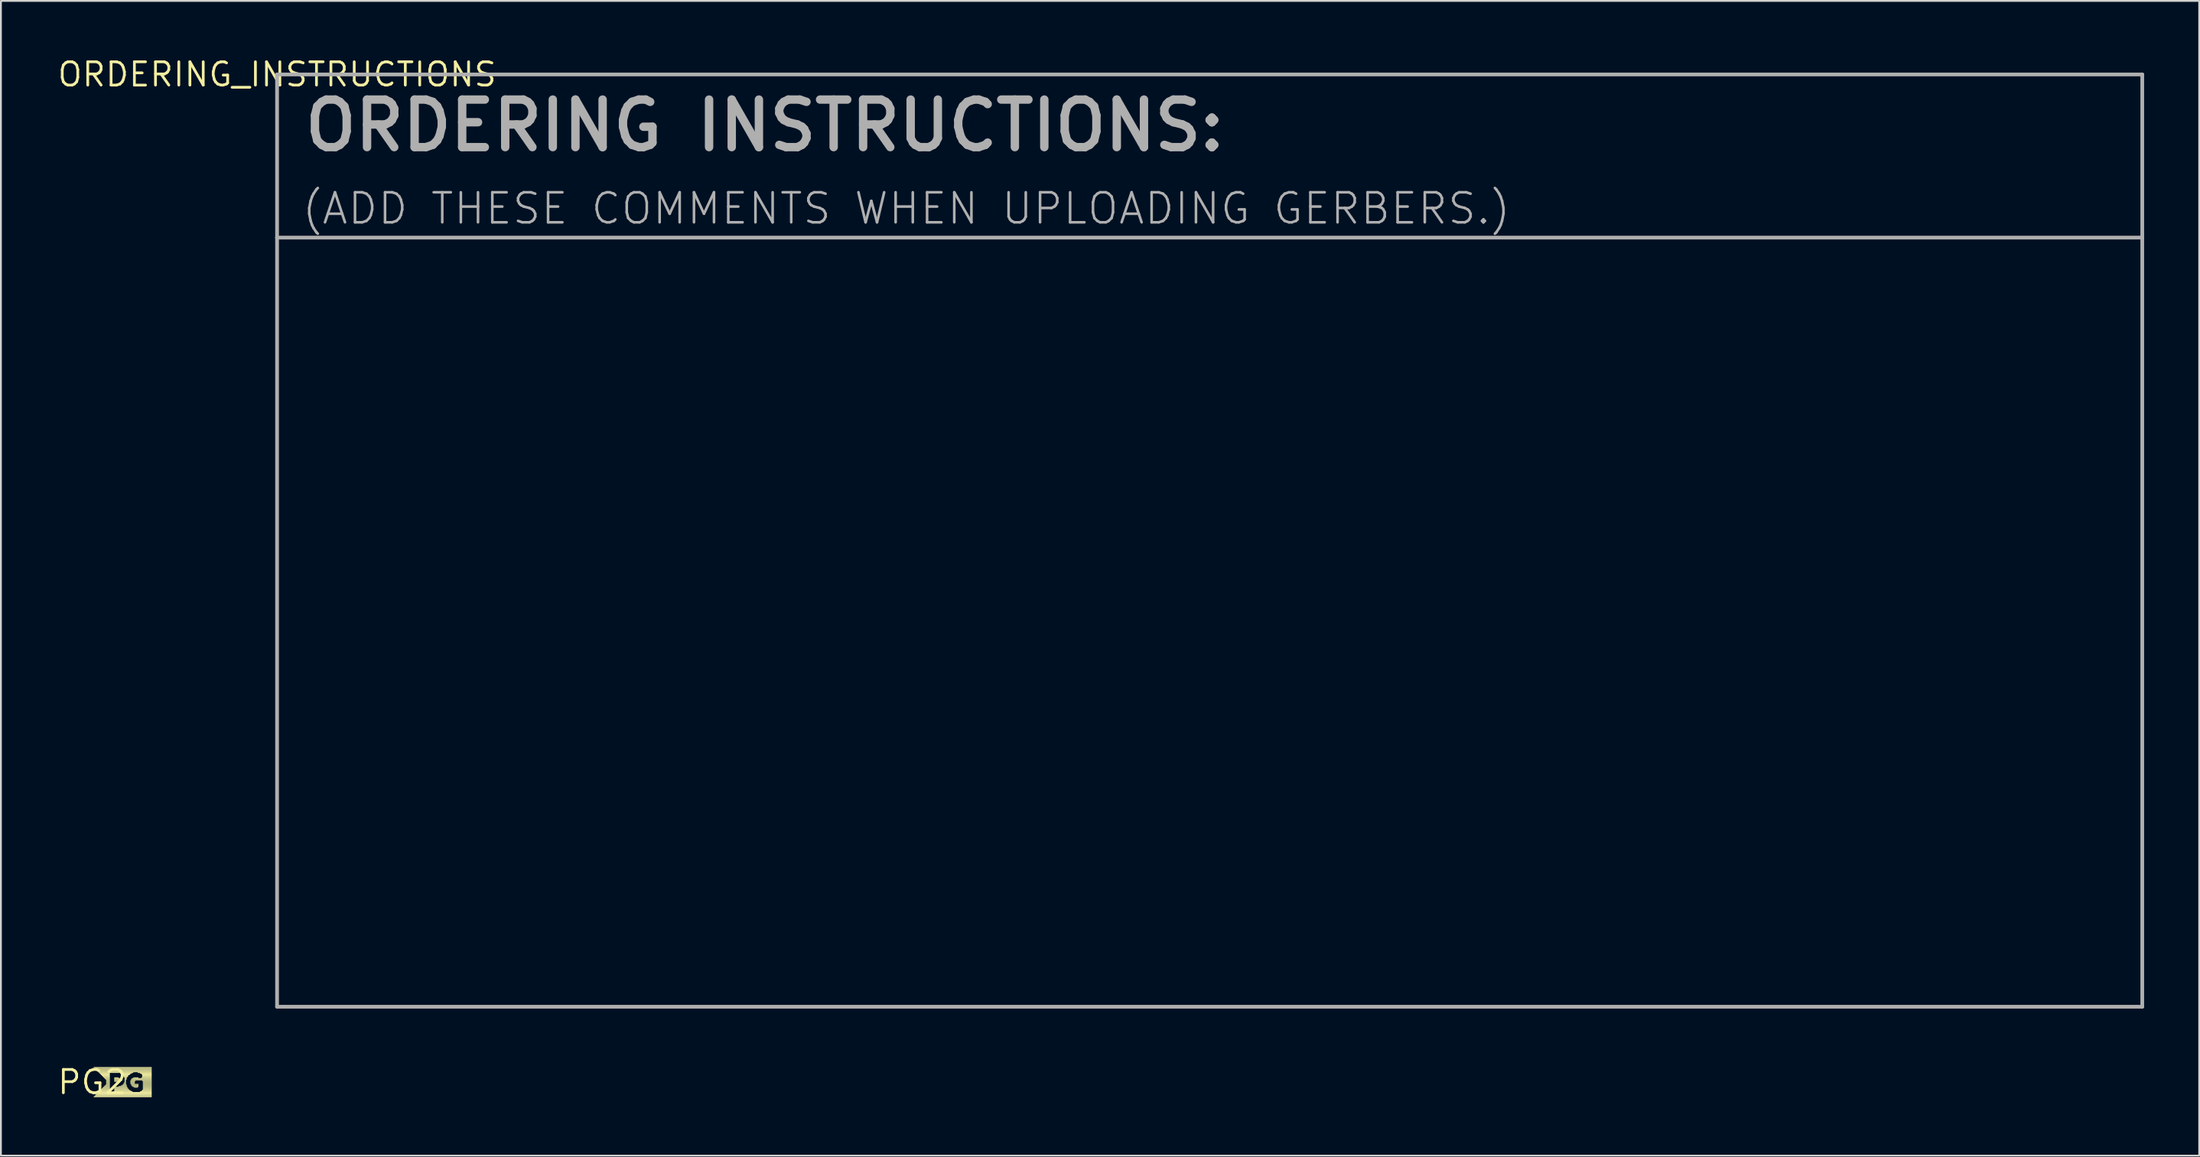
<source format=kicad_pcb>
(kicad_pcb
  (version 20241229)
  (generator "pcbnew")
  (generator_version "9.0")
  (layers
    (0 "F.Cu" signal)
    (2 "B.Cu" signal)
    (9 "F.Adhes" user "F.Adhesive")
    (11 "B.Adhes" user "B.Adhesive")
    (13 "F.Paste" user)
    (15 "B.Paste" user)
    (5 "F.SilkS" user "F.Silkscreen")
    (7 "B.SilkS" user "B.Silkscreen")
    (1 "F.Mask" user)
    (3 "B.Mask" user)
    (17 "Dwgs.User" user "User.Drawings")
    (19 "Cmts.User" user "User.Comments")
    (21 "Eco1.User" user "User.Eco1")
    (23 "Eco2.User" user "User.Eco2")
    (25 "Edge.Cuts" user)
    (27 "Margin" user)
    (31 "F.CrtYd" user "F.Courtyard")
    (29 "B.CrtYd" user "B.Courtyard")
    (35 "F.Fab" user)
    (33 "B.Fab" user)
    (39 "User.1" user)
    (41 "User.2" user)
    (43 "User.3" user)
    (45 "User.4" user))
  (footprint "ORDERING_INSTRUCTIONS"
    (layer "F.Cu")
    (at 12.042 1.006)
    (property "Reference" "ORDERING_INSTRUCTIONS" (at 0 0 0) (layer "F.SilkS") (effects (font (size 1.27 1.27) (thickness 0.15))))
    (fp_line (start 0 0) (end 101.6 0) (stroke (width 0.203) (type solid)) (layer "F.Fab"))
    (fp_line (start 0 8.89) (end 0 0) (stroke (width 0.203) (type solid)) (layer "F.Fab"))
    (fp_line (start 0 8.89) (end 101.6 8.89) (stroke (width 0.203) (type solid)) (layer "F.Fab"))
    (fp_line (start 0 50.8) (end 0 8.89) (stroke (width 0.203) (type solid)) (layer "F.Fab"))
    (fp_line (start 101.6 0) (end 101.6 8.89) (stroke (width 0.203) (type solid)) (layer "F.Fab"))
    (fp_line (start 101.6 8.89) (end 101.6 50.8) (stroke (width 0.203) (type solid)) (layer "F.Fab"))
    (fp_line (start 101.6 50.8) (end 0 50.8) (stroke (width 0.203) (type solid)) (layer "F.Fab"))
    (fp_text user "ORDERING INSTRUCTIONS:" (at 1.27 1.27 0) (layer "F.Fab") (effects (font (size 2.591 2.591) (thickness 0.457)) (justify left top)))
    (fp_text user "(ADD THESE COMMENTS WHEN UPLOADING GERBERS.)" (at 1.27 6.35 0) (layer "F.Fab") (effects (font (size 1.636 1.636) (thickness 0.142)) (justify left top))))
  (footprint "PG2"
    (layer "F.Cu")
    (at 1.973 55.914)
    (property "Reference" "PG2" (at 0 0 0) (layer "F.SilkS") (effects (font (size 1.27 1.27) (thickness 0.15))))
    (fp_poly (pts (xy 0.08 -0.78) (xy 3.24 -0.78) (xy 3.24 -0.82) (xy 0.08 -0.82)) (stroke (width 0) (type solid)) (fill yes) (layer "F.SilkS"))
    (fp_poly (pts (xy 0.08 0.82) (xy 3.24 0.82) (xy 3.24 0.78) (xy 0.08 0.78)) (stroke (width 0) (type solid)) (fill yes) (layer "F.SilkS"))
    (fp_poly (pts (xy 0.12 -0.74) (xy 3.24 -0.74) (xy 3.24 -0.78) (xy 0.12 -0.78)) (stroke (width 0) (type solid)) (fill yes) (layer "F.SilkS"))
    (fp_poly (pts (xy 0.12 0.78) (xy 3.24 0.78) (xy 3.24 0.74) (xy 0.12 0.74)) (stroke (width 0) (type solid)) (fill yes) (layer "F.SilkS"))
    (fp_poly (pts (xy 0.16 -0.7) (xy 3.24 -0.7) (xy 3.24 -0.74) (xy 0.16 -0.74)) (stroke (width 0) (type solid)) (fill yes) (layer "F.SilkS"))
    (fp_poly (pts (xy 0.16 0.74) (xy 3.24 0.74) (xy 3.24 0.7) (xy 0.16 0.7)) (stroke (width 0) (type solid)) (fill yes) (layer "F.SilkS"))
    (fp_poly (pts (xy 0.2 -0.66) (xy 3.24 -0.66) (xy 3.24 -0.7) (xy 0.2 -0.7)) (stroke (width 0) (type solid)) (fill yes) (layer "F.SilkS"))
    (fp_poly (pts (xy 0.2 0.7) (xy 3.24 0.7) (xy 3.24 0.66) (xy 0.2 0.66)) (stroke (width 0) (type solid)) (fill yes) (layer "F.SilkS"))
    (fp_poly (pts (xy 0.24 -0.62) (xy 3.24 -0.62) (xy 3.24 -0.66) (xy 0.24 -0.66)) (stroke (width 0) (type solid)) (fill yes) (layer "F.SilkS"))
    (fp_poly (pts (xy 0.24 0.66) (xy 3.24 0.66) (xy 3.24 0.62) (xy 0.24 0.62)) (stroke (width 0) (type solid)) (fill yes) (layer "F.SilkS"))
    (fp_poly (pts (xy 0.28 -0.58) (xy 3.24 -0.58) (xy 3.24 -0.62) (xy 0.28 -0.62)) (stroke (width 0) (type solid)) (fill yes) (layer "F.SilkS"))
    (fp_poly (pts (xy 0.28 0.62) (xy 3.24 0.62) (xy 3.24 0.58) (xy 0.28 0.58)) (stroke (width 0) (type solid)) (fill yes) (layer "F.SilkS"))
    (fp_poly (pts (xy 0.32 -0.54) (xy 3.24 -0.54) (xy 3.24 -0.58) (xy 0.32 -0.58)) (stroke (width 0) (type solid)) (fill yes) (layer "F.SilkS"))
    (fp_poly (pts (xy 0.32 0.58) (xy 3.24 0.58) (xy 3.24 0.54) (xy 0.32 0.54)) (stroke (width 0) (type solid)) (fill yes) (layer "F.SilkS"))
    (fp_poly (pts (xy 0.36 -0.5) (xy 2.24 -0.5) (xy 2.24 -0.54) (xy 0.36 -0.54)) (stroke (width 0) (type solid)) (fill yes) (layer "F.SilkS"))
    (fp_poly (pts (xy 0.36 0.54) (xy 1 0.54) (xy 1 0.5) (xy 0.36 0.5)) (stroke (width 0) (type solid)) (fill yes) (layer "F.SilkS"))
    (fp_poly (pts (xy 0.4 -0.46) (xy 0.96 -0.46) (xy 0.96 -0.5) (xy 0.4 -0.5)) (stroke (width 0) (type solid)) (fill yes) (layer "F.SilkS"))
    (fp_poly (pts (xy 0.4 0.5) (xy 0.96 0.5) (xy 0.96 0.46) (xy 0.4 0.46)) (stroke (width 0) (type solid)) (fill yes) (layer "F.SilkS"))
    (fp_poly (pts (xy 0.44 -0.42) (xy 0.96 -0.42) (xy 0.96 -0.46) (xy 0.44 -0.46)) (stroke (width 0) (type solid)) (fill yes) (layer "F.SilkS"))
    (fp_poly (pts (xy 0.44 0.46) (xy 0.96 0.46) (xy 0.96 0.42) (xy 0.44 0.42)) (stroke (width 0) (type solid)) (fill yes) (layer "F.SilkS"))
    (fp_poly (pts (xy 0.48 -0.38) (xy 0.96 -0.38) (xy 0.96 -0.42) (xy 0.48 -0.42)) (stroke (width 0) (type solid)) (fill yes) (layer "F.SilkS"))
    (fp_poly (pts (xy 0.48 0.42) (xy 0.96 0.42) (xy 0.96 0.38) (xy 0.48 0.38)) (stroke (width 0) (type solid)) (fill yes) (layer "F.SilkS"))
    (fp_poly (pts (xy 0.52 -0.34) (xy 0.96 -0.34) (xy 0.96 -0.38) (xy 0.52 -0.38)) (stroke (width 0) (type solid)) (fill yes) (layer "F.SilkS"))
    (fp_poly (pts (xy 0.52 0.38) (xy 0.96 0.38) (xy 0.96 0.34) (xy 0.52 0.34)) (stroke (width 0) (type solid)) (fill yes) (layer "F.SilkS"))
    (fp_poly (pts (xy 0.56 -0.3) (xy 0.96 -0.3) (xy 0.96 -0.34) (xy 0.56 -0.34)) (stroke (width 0) (type solid)) (fill yes) (layer "F.SilkS"))
    (fp_poly (pts (xy 0.56 0.34) (xy 0.96 0.34) (xy 0.96 0.3) (xy 0.56 0.3)) (stroke (width 0) (type solid)) (fill yes) (layer "F.SilkS"))
    (fp_poly (pts (xy 0.6 -0.26) (xy 0.96 -0.26) (xy 0.96 -0.3) (xy 0.6 -0.3)) (stroke (width 0) (type solid)) (fill yes) (layer "F.SilkS"))
    (fp_poly (pts (xy 0.6 0.3) (xy 0.96 0.3) (xy 0.96 0.26) (xy 0.6 0.26)) (stroke (width 0) (type solid)) (fill yes) (layer "F.SilkS"))
    (fp_poly (pts (xy 0.64 -0.22) (xy 0.96 -0.22) (xy 0.96 -0.26) (xy 0.64 -0.26)) (stroke (width 0) (type solid)) (fill yes) (layer "F.SilkS"))
    (fp_poly (pts (xy 0.64 0.26) (xy 0.96 0.26) (xy 0.96 0.22) (xy 0.64 0.22)) (stroke (width 0) (type solid)) (fill yes) (layer "F.SilkS"))
    (fp_poly (pts (xy 0.68 -0.18) (xy 0.96 -0.18) (xy 0.96 -0.22) (xy 0.68 -0.22)) (stroke (width 0) (type solid)) (fill yes) (layer "F.SilkS"))
    (fp_poly (pts (xy 0.68 0.22) (xy 0.96 0.22) (xy 0.96 0.18) (xy 0.68 0.18)) (stroke (width 0) (type solid)) (fill yes) (layer "F.SilkS"))
    (fp_poly (pts (xy 0.72 -0.14) (xy 0.96 -0.14) (xy 0.96 -0.18) (xy 0.72 -0.18)) (stroke (width 0) (type solid)) (fill yes) (layer "F.SilkS"))
    (fp_poly (pts (xy 0.72 0.18) (xy 0.96 0.18) (xy 0.96 0.14) (xy 0.72 0.14)) (stroke (width 0) (type solid)) (fill yes) (layer "F.SilkS"))
    (fp_poly (pts (xy 0.76 -0.1) (xy 0.96 -0.1) (xy 0.96 -0.14) (xy 0.76 -0.14)) (stroke (width 0) (type solid)) (fill yes) (layer "F.SilkS"))
    (fp_poly (pts (xy 0.76 -0.06) (xy 0.96 -0.06) (xy 0.96 -0.1) (xy 0.76 -0.1)) (stroke (width 0) (type solid)) (fill yes) (layer "F.SilkS"))
    (fp_poly (pts (xy 0.76 -0.02) (xy 0.96 -0.02) (xy 0.96 -0.06) (xy 0.76 -0.06)) (stroke (width 0) (type solid)) (fill yes) (layer "F.SilkS"))
    (fp_poly (pts (xy 0.76 0.02) (xy 0.96 0.02) (xy 0.96 -0.02) (xy 0.76 -0.02)) (stroke (width 0) (type solid)) (fill yes) (layer "F.SilkS"))
    (fp_poly (pts (xy 0.76 0.06) (xy 0.96 0.06) (xy 0.96 0.02) (xy 0.76 0.02)) (stroke (width 0) (type solid)) (fill yes) (layer "F.SilkS"))
    (fp_poly (pts (xy 0.76 0.1) (xy 0.96 0.1) (xy 0.96 0.06) (xy 0.76 0.06)) (stroke (width 0) (type solid)) (fill yes) (layer "F.SilkS"))
    (fp_poly (pts (xy 0.76 0.14) (xy 0.96 0.14) (xy 0.96 0.1) (xy 0.76 0.1)) (stroke (width 0) (type solid)) (fill yes) (layer "F.SilkS"))
    (fp_poly (pts (xy 1.16 0.54) (xy 2.2 0.54) (xy 2.2 0.5) (xy 1.16 0.5)) (stroke (width 0) (type solid)) (fill yes) (layer "F.SilkS"))
    (fp_poly (pts (xy 1.2 -0.22) (xy 1.44 -0.22) (xy 1.44 -0.26) (xy 1.2 -0.26)) (stroke (width 0) (type solid)) (fill yes) (layer "F.SilkS"))
    (fp_poly (pts (xy 1.2 -0.18) (xy 1.52 -0.18) (xy 1.52 -0.22) (xy 1.2 -0.22)) (stroke (width 0) (type solid)) (fill yes) (layer "F.SilkS"))
    (fp_poly (pts (xy 1.2 -0.14) (xy 1.52 -0.14) (xy 1.52 -0.18) (xy 1.2 -0.18)) (stroke (width 0) (type solid)) (fill yes) (layer "F.SilkS"))
    (fp_poly (pts (xy 1.2 -0.1) (xy 1.52 -0.1) (xy 1.52 -0.14) (xy 1.2 -0.14)) (stroke (width 0) (type solid)) (fill yes) (layer "F.SilkS"))
    (fp_poly (pts (xy 1.2 -0.06) (xy 1.52 -0.06) (xy 1.52 -0.1) (xy 1.2 -0.1)) (stroke (width 0) (type solid)) (fill yes) (layer "F.SilkS"))
    (fp_poly (pts (xy 1.2 -0.02) (xy 1.48 -0.02) (xy 1.48 -0.06) (xy 1.2 -0.06)) (stroke (width 0) (type solid)) (fill yes) (layer "F.SilkS"))
    (fp_poly (pts (xy 1.2 0.3) (xy 1.92 0.3) (xy 1.92 0.26) (xy 1.2 0.26)) (stroke (width 0) (type solid)) (fill yes) (layer "F.SilkS"))
    (fp_poly (pts (xy 1.2 0.34) (xy 1.92 0.34) (xy 1.92 0.3) (xy 1.2 0.3)) (stroke (width 0) (type solid)) (fill yes) (layer "F.SilkS"))
    (fp_poly (pts (xy 1.2 0.38) (xy 1.96 0.38) (xy 1.96 0.34) (xy 1.2 0.34)) (stroke (width 0) (type solid)) (fill yes) (layer "F.SilkS"))
    (fp_poly (pts (xy 1.2 0.42) (xy 2 0.42) (xy 2 0.38) (xy 1.2 0.38)) (stroke (width 0) (type solid)) (fill yes) (layer "F.SilkS"))
    (fp_poly (pts (xy 1.2 0.46) (xy 2.04 0.46) (xy 2.04 0.42) (xy 1.2 0.42)) (stroke (width 0) (type solid)) (fill yes) (layer "F.SilkS"))
    (fp_poly (pts (xy 1.2 0.5) (xy 2.12 0.5) (xy 2.12 0.46) (xy 1.2 0.46)) (stroke (width 0) (type solid)) (fill yes) (layer "F.SilkS"))
    (fp_poly (pts (xy 1.44 0.26) (xy 1.88 0.26) (xy 1.88 0.22) (xy 1.44 0.22)) (stroke (width 0) (type solid)) (fill yes) (layer "F.SilkS"))
    (fp_poly (pts (xy 1.52 -0.46) (xy 2.16 -0.46) (xy 2.16 -0.5) (xy 1.52 -0.5)) (stroke (width 0) (type solid)) (fill yes) (layer "F.SilkS"))
    (fp_poly (pts (xy 1.56 0.22) (xy 1.88 0.22) (xy 1.88 0.18) (xy 1.56 0.18)) (stroke (width 0) (type solid)) (fill yes) (layer "F.SilkS"))
    (fp_poly (pts (xy 1.6 -0.42) (xy 2.08 -0.42) (xy 2.08 -0.46) (xy 1.6 -0.46)) (stroke (width 0) (type solid)) (fill yes) (layer "F.SilkS"))
    (fp_poly (pts (xy 1.64 -0.38) (xy 2.04 -0.38) (xy 2.04 -0.42) (xy 1.64 -0.42)) (stroke (width 0) (type solid)) (fill yes) (layer "F.SilkS"))
    (fp_poly (pts (xy 1.64 0.18) (xy 1.88 0.18) (xy 1.88 0.14) (xy 1.64 0.14)) (stroke (width 0) (type solid)) (fill yes) (layer "F.SilkS"))
    (fp_poly (pts (xy 1.68 -0.34) (xy 1.96 -0.34) (xy 1.96 -0.38) (xy 1.68 -0.38)) (stroke (width 0) (type solid)) (fill yes) (layer "F.SilkS"))
    (fp_poly (pts (xy 1.68 0.14) (xy 1.84 0.14) (xy 1.84 0.1) (xy 1.68 0.1)) (stroke (width 0) (type solid)) (fill yes) (layer "F.SilkS"))
    (fp_poly (pts (xy 1.72 -0.3) (xy 1.96 -0.3) (xy 1.96 -0.34) (xy 1.72 -0.34)) (stroke (width 0) (type solid)) (fill yes) (layer "F.SilkS"))
    (fp_poly (pts (xy 1.72 -0.26) (xy 1.92 -0.26) (xy 1.92 -0.3) (xy 1.72 -0.3)) (stroke (width 0) (type solid)) (fill yes) (layer "F.SilkS"))
    (fp_poly (pts (xy 1.72 0.06) (xy 1.84 0.06) (xy 1.84 0.02) (xy 1.72 0.02)) (stroke (width 0) (type solid)) (fill yes) (layer "F.SilkS"))
    (fp_poly (pts (xy 1.72 0.1) (xy 1.84 0.1) (xy 1.84 0.06) (xy 1.72 0.06)) (stroke (width 0) (type solid)) (fill yes) (layer "F.SilkS"))
    (fp_poly (pts (xy 1.76 -0.22) (xy 1.88 -0.22) (xy 1.88 -0.26) (xy 1.76 -0.26)) (stroke (width 0) (type solid)) (fill yes) (layer "F.SilkS"))
    (fp_poly (pts (xy 1.76 -0.18) (xy 1.88 -0.18) (xy 1.88 -0.22) (xy 1.76 -0.22)) (stroke (width 0) (type solid)) (fill yes) (layer "F.SilkS"))
    (fp_poly (pts (xy 1.76 -0.14) (xy 1.88 -0.14) (xy 1.88 -0.18) (xy 1.76 -0.18)) (stroke (width 0) (type solid)) (fill yes) (layer "F.SilkS"))
    (fp_poly (pts (xy 1.76 -0.1) (xy 1.84 -0.1) (xy 1.84 -0.14) (xy 1.76 -0.14)) (stroke (width 0) (type solid)) (fill yes) (layer "F.SilkS"))
    (fp_poly (pts (xy 1.76 -0.06) (xy 1.84 -0.06) (xy 1.84 -0.1) (xy 1.76 -0.1)) (stroke (width 0) (type solid)) (fill yes) (layer "F.SilkS"))
    (fp_poly (pts (xy 1.76 -0.02) (xy 1.84 -0.02) (xy 1.84 -0.06) (xy 1.76 -0.06)) (stroke (width 0) (type solid)) (fill yes) (layer "F.SilkS"))
    (fp_poly (pts (xy 1.76 0.02) (xy 1.84 0.02) (xy 1.84 -0.02) (xy 1.76 -0.02)) (stroke (width 0) (type solid)) (fill yes) (layer "F.SilkS"))
    (fp_poly (pts (xy 2.08 -0.06) (xy 2.36 -0.06) (xy 2.36 -0.1) (xy 2.08 -0.1)) (stroke (width 0) (type solid)) (fill yes) (layer "F.SilkS"))
    (fp_poly (pts (xy 2.08 -0.02) (xy 2.32 -0.02) (xy 2.32 -0.06) (xy 2.08 -0.06)) (stroke (width 0) (type solid)) (fill yes) (layer "F.SilkS"))
    (fp_poly (pts (xy 2.08 0.02) (xy 2.32 0.02) (xy 2.32 -0.02) (xy 2.08 -0.02)) (stroke (width 0) (type solid)) (fill yes) (layer "F.SilkS"))
    (fp_poly (pts (xy 2.08 0.06) (xy 2.32 0.06) (xy 2.32 0.02) (xy 2.08 0.02)) (stroke (width 0) (type solid)) (fill yes) (layer "F.SilkS"))
    (fp_poly (pts (xy 2.08 0.1) (xy 2.32 0.1) (xy 2.32 0.06) (xy 2.08 0.06)) (stroke (width 0) (type solid)) (fill yes) (layer "F.SilkS"))
    (fp_poly (pts (xy 2.12 -0.14) (xy 3.24 -0.14) (xy 3.24 -0.18) (xy 2.12 -0.18)) (stroke (width 0) (type solid)) (fill yes) (layer "F.SilkS"))
    (fp_poly (pts (xy 2.12 -0.1) (xy 3.24 -0.1) (xy 3.24 -0.14) (xy 2.12 -0.14)) (stroke (width 0) (type solid)) (fill yes) (layer "F.SilkS"))
    (fp_poly (pts (xy 2.12 0.14) (xy 2.52 0.14) (xy 2.52 0.1) (xy 2.12 0.1)) (stroke (width 0) (type solid)) (fill yes) (layer "F.SilkS"))
    (fp_poly (pts (xy 2.12 0.18) (xy 2.52 0.18) (xy 2.52 0.14) (xy 2.12 0.14)) (stroke (width 0) (type solid)) (fill yes) (layer "F.SilkS"))
    (fp_poly (pts (xy 2.16 -0.18) (xy 3.24 -0.18) (xy 3.24 -0.22) (xy 2.16 -0.22)) (stroke (width 0) (type solid)) (fill yes) (layer "F.SilkS"))
    (fp_poly (pts (xy 2.16 0.22) (xy 2.52 0.22) (xy 2.52 0.18) (xy 2.16 0.18)) (stroke (width 0) (type solid)) (fill yes) (layer "F.SilkS"))
    (fp_poly (pts (xy 2.2 0.26) (xy 2.52 0.26) (xy 2.52 0.22) (xy 2.2 0.22)) (stroke (width 0) (type solid)) (fill yes) (layer "F.SilkS"))
    (fp_poly (pts (xy 2.24 -0.22) (xy 2.52 -0.22) (xy 2.52 -0.26) (xy 2.24 -0.26)) (stroke (width 0) (type solid)) (fill yes) (layer "F.SilkS"))
    (fp_poly (pts (xy 2.28 0.3) (xy 2.48 0.3) (xy 2.48 0.26) (xy 2.28 0.26)) (stroke (width 0) (type solid)) (fill yes) (layer "F.SilkS"))
    (fp_poly (pts (xy 2.48 -0.5) (xy 3.24 -0.5) (xy 3.24 -0.54) (xy 2.48 -0.54)) (stroke (width 0) (type solid)) (fill yes) (layer "F.SilkS"))
    (fp_poly (pts (xy 2.6 -0.46) (xy 3.24 -0.46) (xy 3.24 -0.5) (xy 2.6 -0.5)) (stroke (width 0) (type solid)) (fill yes) (layer "F.SilkS"))
    (fp_poly (pts (xy 2.6 0.54) (xy 3.24 0.54) (xy 3.24 0.5) (xy 2.6 0.5)) (stroke (width 0) (type solid)) (fill yes) (layer "F.SilkS"))
    (fp_poly (pts (xy 2.68 -0.42) (xy 3.24 -0.42) (xy 3.24 -0.46) (xy 2.68 -0.46)) (stroke (width 0) (type solid)) (fill yes) (layer "F.SilkS"))
    (fp_poly (pts (xy 2.68 -0.22) (xy 3.24 -0.22) (xy 3.24 -0.26) (xy 2.68 -0.26)) (stroke (width 0) (type solid)) (fill yes) (layer "F.SilkS"))
    (fp_poly (pts (xy 2.68 0.5) (xy 3.24 0.5) (xy 3.24 0.46) (xy 2.68 0.46)) (stroke (width 0) (type solid)) (fill yes) (layer "F.SilkS"))
    (fp_poly (pts (xy 2.72 -0.38) (xy 3.24 -0.38) (xy 3.24 -0.42) (xy 2.72 -0.42)) (stroke (width 0) (type solid)) (fill yes) (layer "F.SilkS"))
    (fp_poly (pts (xy 2.72 -0.34) (xy 3.24 -0.34) (xy 3.24 -0.38) (xy 2.72 -0.38)) (stroke (width 0) (type solid)) (fill yes) (layer "F.SilkS"))
    (fp_poly (pts (xy 2.72 -0.3) (xy 3.24 -0.3) (xy 3.24 -0.34) (xy 2.72 -0.34)) (stroke (width 0) (type solid)) (fill yes) (layer "F.SilkS"))
    (fp_poly (pts (xy 2.72 -0.26) (xy 3.24 -0.26) (xy 3.24 -0.3) (xy 2.72 -0.3)) (stroke (width 0) (type solid)) (fill yes) (layer "F.SilkS"))
    (fp_poly (pts (xy 2.72 -0.06) (xy 3.24 -0.06) (xy 3.24 -0.1) (xy 2.72 -0.1)) (stroke (width 0) (type solid)) (fill yes) (layer "F.SilkS"))
    (fp_poly (pts (xy 2.72 0.46) (xy 3.24 0.46) (xy 3.24 0.42) (xy 2.72 0.42)) (stroke (width 0) (type solid)) (fill yes) (layer "F.SilkS"))
    (fp_poly (pts (xy 2.76 -0.02) (xy 3.24 -0.02) (xy 3.24 -0.06) (xy 2.76 -0.06)) (stroke (width 0) (type solid)) (fill yes) (layer "F.SilkS"))
    (fp_poly (pts (xy 2.76 0.02) (xy 3.24 0.02) (xy 3.24 -0.02) (xy 2.76 -0.02)) (stroke (width 0) (type solid)) (fill yes) (layer "F.SilkS"))
    (fp_poly (pts (xy 2.76 0.06) (xy 3.24 0.06) (xy 3.24 0.02) (xy 2.76 0.02)) (stroke (width 0) (type solid)) (fill yes) (layer "F.SilkS"))
    (fp_poly (pts (xy 2.76 0.1) (xy 3.24 0.1) (xy 3.24 0.06) (xy 2.76 0.06)) (stroke (width 0) (type solid)) (fill yes) (layer "F.SilkS"))
    (fp_poly (pts (xy 2.76 0.14) (xy 3.24 0.14) (xy 3.24 0.1) (xy 2.76 0.1)) (stroke (width 0) (type solid)) (fill yes) (layer "F.SilkS"))
    (fp_poly (pts (xy 2.76 0.18) (xy 3.24 0.18) (xy 3.24 0.14) (xy 2.76 0.14)) (stroke (width 0) (type solid)) (fill yes) (layer "F.SilkS"))
    (fp_poly (pts (xy 2.76 0.22) (xy 3.24 0.22) (xy 3.24 0.18) (xy 2.76 0.18)) (stroke (width 0) (type solid)) (fill yes) (layer "F.SilkS"))
    (fp_poly (pts (xy 2.76 0.26) (xy 3.24 0.26) (xy 3.24 0.22) (xy 2.76 0.22)) (stroke (width 0) (type solid)) (fill yes) (layer "F.SilkS"))
    (fp_poly (pts (xy 2.76 0.3) (xy 3.24 0.3) (xy 3.24 0.26) (xy 2.76 0.26)) (stroke (width 0) (type solid)) (fill yes) (layer "F.SilkS"))
    (fp_poly (pts (xy 2.76 0.34) (xy 3.24 0.34) (xy 3.24 0.3) (xy 2.76 0.3)) (stroke (width 0) (type solid)) (fill yes) (layer "F.SilkS"))
    (fp_poly (pts (xy 2.76 0.38) (xy 3.24 0.38) (xy 3.24 0.34) (xy 2.76 0.34)) (stroke (width 0) (type solid)) (fill yes) (layer "F.SilkS"))
    (fp_poly (pts (xy 2.76 0.42) (xy 3.24 0.42) (xy 3.24 0.38) (xy 2.76 0.38)) (stroke (width 0) (type solid)) (fill yes) (layer "F.SilkS")))
  (gr_rect
    (start -3 -3)
    (end 116.744 59.92)
    (stroke (width 0.1) (type default))
    (fill no)
    (layer "Edge.Cuts")))
</source>
